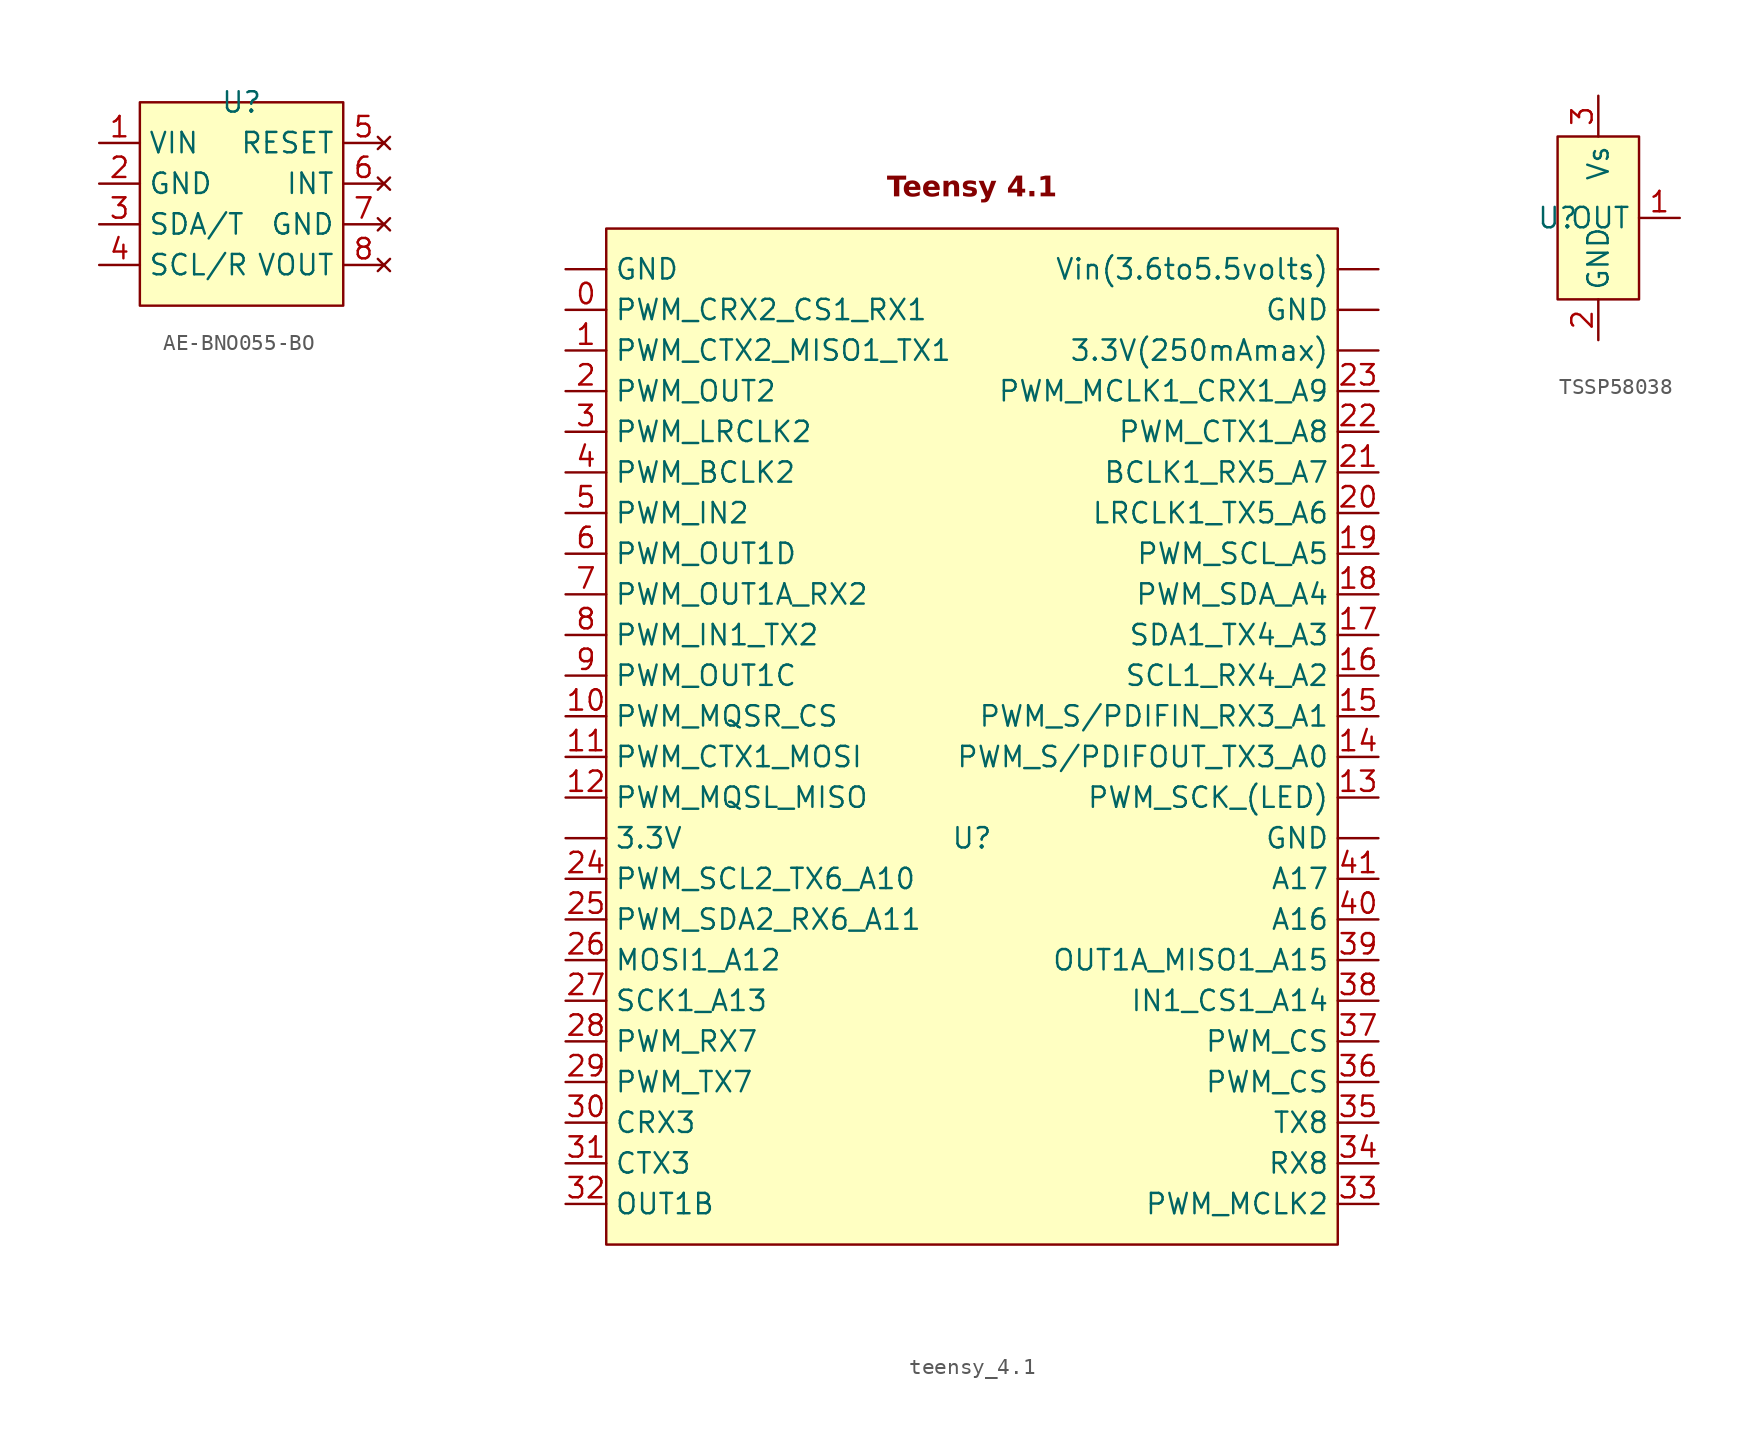
<source format=kicad_sym>
(kicad_symbol_lib
  (version 20220914)
  (generator kicad_symbol_editor)
  (symbol "AE-BNO055-BO"
    (property "Reference" "U"
      (at 0 6.35 0)
      (effects (font (size 1.27 1.27))))
    (property "Value" ""
      (at 1.27 -1.27 0)
      (effects (font (size 1.27 1.27))))
    (symbol "AE-BNO055-BO_1_1"
      (rectangle (start -6.35 6.35) (end 6.35 -6.35) (stroke (width 0) (type default)) (fill (type background)))
      (pin passive line (at -8.89 3.81 0) (length 2.54) (name "VIN" (effects (font (size 1.27 1.27)))) (number "1" (effects (font (size 1.27 1.27)))))
      (pin passive line (at -8.89 1.27 0) (length 2.54) (name "GND" (effects (font (size 1.27 1.27)))) (number "2" (effects (font (size 1.27 1.27)))))
      (pin passive line (at -8.89 -1.27 0) (length 2.54) (name "SDA/T" (effects (font (size 1.27 1.27)))) (number "3" (effects (font (size 1.27 1.27)))))
      (pin passive line (at -8.89 -3.81 0) (length 2.54) (name "SCL/R" (effects (font (size 1.27 1.27)))) (number "4" (effects (font (size 1.27 1.27)))))
      (pin no_connect line (at 8.89 3.81 180) (length 2.54) (name "RESET" (effects (font (size 1.27 1.27)))) (number "5" (effects (font (size 1.27 1.27)))))
      (pin no_connect line (at 8.89 1.27 180) (length 2.54) (name "INT" (effects (font (size 1.27 1.27)))) (number "6" (effects (font (size 1.27 1.27)))))
      (pin no_connect line (at 8.89 -1.27 180) (length 2.54) (name "GND" (effects (font (size 1.27 1.27)))) (number "7" (effects (font (size 1.27 1.27)))))
      (pin no_connect line (at 8.89 -3.81 180) (length 2.54) (name "VOUT" (effects (font (size 1.27 1.27)))) (number "8" (effects (font (size 1.27 1.27)))))))
  (symbol "teensy_4.1"
    (property "Reference" "U"
      (at 0 -5.08 0)
      (effects (font (size 1.27 1.27))))
    (property "Value" ""
      (at -15.24 22.86 0)
      (effects (font (size 1.27 1.27))))
    (symbol "teensy_4.1_1_1"
      (rectangle (start -22.86 33.02) (end 22.86 -30.48) (stroke (width 0) (type solid)) (fill (type background)))
      (text "Teensy 4.1" (at 0 35.56 0) (effects (font (face "Comic Sans MS") (size 1.27 1.27) bold)))
      (pin passive line (at -25.4 -5.08 0) (length 2.54) (name "3.3V" (effects (font (size 1.27 1.27)))) (number "" (effects (font (size 1.27 1.27)))))
      (pin passive line (at 25.4 25.4 180) (length 2.54) (name "3.3V(250mAmax)" (effects (font (size 1.27 1.27)))) (number "" (effects (font (size 1.27 1.27)))))
      (pin passive line (at -25.4 30.48 0) (length 2.54) (name "GND" (effects (font (size 1.27 1.27)))) (number "" (effects (font (size 1.27 1.27)))))
      (pin passive line (at 25.4 -5.08 180) (length 2.54) (name "GND" (effects (font (size 1.27 1.27)))) (number "" (effects (font (size 1.27 1.27)))))
      (pin passive line (at 25.4 27.94 180) (length 2.54) (name "GND" (effects (font (size 1.27 1.27)))) (number "" (effects (font (size 1.27 1.27)))))
      (pin passive line (at 25.4 30.48 180) (length 2.54) (name "Vin(3.6to5.5volts)" (effects (font (size 1.27 1.27)))) (number "" (effects (font (size 1.27 1.27)))))
      (pin passive line (at -25.4 27.94 0) (length 2.54) (name "PWM_CRX2_CS1_RX1" (effects (font (size 1.27 1.27)))) (number "0" (effects (font (size 1.27 1.27)))))
      (pin passive line (at -25.4 25.4 0) (length 2.54) (name "PWM_CTX2_MISO1_TX1" (effects (font (size 1.27 1.27)))) (number "1" (effects (font (size 1.27 1.27)))))
      (pin passive line (at -25.4 2.54 0) (length 2.54) (name "PWM_MQSR_CS" (effects (font (size 1.27 1.27)))) (number "10" (effects (font (size 1.27 1.27)))))
      (pin passive line (at -25.4 0 0) (length 2.54) (name "PWM_CTX1_MOSI" (effects (font (size 1.27 1.27)))) (number "11" (effects (font (size 1.27 1.27)))))
      (pin passive line (at -25.4 -2.54 0) (length 2.54) (name "PWM_MQSL_MISO" (effects (font (size 1.27 1.27)))) (number "12" (effects (font (size 1.27 1.27)))))
      (pin passive line (at 25.4 -2.54 180) (length 2.54) (name "PWM_SCK_(LED)" (effects (font (size 1.27 1.27)))) (number "13" (effects (font (size 1.27 1.27)))))
      (pin passive line (at 25.4 0 180) (length 2.54) (name "PWM_S/PDIFOUT_TX3_A0" (effects (font (size 1.27 1.27)))) (number "14" (effects (font (size 1.27 1.27)))))
      (pin passive line (at 25.4 2.54 180) (length 2.54) (name "PWM_S/PDIFIN_RX3_A1" (effects (font (size 1.27 1.27)))) (number "15" (effects (font (size 1.27 1.27)))))
      (pin passive line (at 25.4 5.08 180) (length 2.54) (name "SCL1_RX4_A2" (effects (font (size 1.27 1.27)))) (number "16" (effects (font (size 1.27 1.27)))))
      (pin passive line (at 25.4 7.62 180) (length 2.54) (name "SDA1_TX4_A3" (effects (font (size 1.27 1.27)))) (number "17" (effects (font (size 1.27 1.27)))))
      (pin passive line (at 25.4 10.16 180) (length 2.54) (name "PWM_SDA_A4" (effects (font (size 1.27 1.27)))) (number "18" (effects (font (size 1.27 1.27)))))
      (pin passive line (at 25.4 12.7 180) (length 2.54) (name "PWM_SCL_A5" (effects (font (size 1.27 1.27)))) (number "19" (effects (font (size 1.27 1.27)))))
      (pin passive line (at -25.4 22.86 0) (length 2.54) (name "PWM_OUT2" (effects (font (size 1.27 1.27)))) (number "2" (effects (font (size 1.27 1.27)))))
      (pin passive line (at 25.4 15.24 180) (length 2.54) (name "LRCLK1_TX5_A6" (effects (font (size 1.27 1.27)))) (number "20" (effects (font (size 1.27 1.27)))))
      (pin passive line (at 25.4 17.78 180) (length 2.54) (name "BCLK1_RX5_A7" (effects (font (size 1.27 1.27)))) (number "21" (effects (font (size 1.27 1.27)))))
      (pin passive line (at 25.4 20.32 180) (length 2.54) (name "PWM_CTX1_A8" (effects (font (size 1.27 1.27)))) (number "22" (effects (font (size 1.27 1.27)))))
      (pin passive line (at 25.4 22.86 180) (length 2.54) (name "PWM_MCLK1_CRX1_A9" (effects (font (size 1.27 1.27)))) (number "23" (effects (font (size 1.27 1.27)))))
      (pin passive line (at -25.4 -7.62 0) (length 2.54) (name "PWM_SCL2_TX6_A10" (effects (font (size 1.27 1.27)))) (number "24" (effects (font (size 1.27 1.27)))))
      (pin passive line (at -25.4 -10.16 0) (length 2.54) (name "PWM_SDA2_RX6_A11" (effects (font (size 1.27 1.27)))) (number "25" (effects (font (size 1.27 1.27)))))
      (pin passive line (at -25.4 -12.7 0) (length 2.54) (name "MOSI1_A12" (effects (font (size 1.27 1.27)))) (number "26" (effects (font (size 1.27 1.27)))))
      (pin passive line (at -25.4 -15.24 0) (length 2.54) (name "SCK1_A13" (effects (font (size 1.27 1.27)))) (number "27" (effects (font (size 1.27 1.27)))))
      (pin passive line (at -25.4 -17.78 0) (length 2.54) (name "PWM_RX7" (effects (font (size 1.27 1.27)))) (number "28" (effects (font (size 1.27 1.27)))))
      (pin passive line (at -25.4 -20.32 0) (length 2.54) (name "PWM_TX7" (effects (font (size 1.27 1.27)))) (number "29" (effects (font (size 1.27 1.27)))))
      (pin passive line (at -25.4 20.32 0) (length 2.54) (name "PWM_LRCLK2" (effects (font (size 1.27 1.27)))) (number "3" (effects (font (size 1.27 1.27)))))
      (pin passive line (at -25.4 -22.86 0) (length 2.54) (name "CRX3" (effects (font (size 1.27 1.27)))) (number "30" (effects (font (size 1.27 1.27)))))
      (pin passive line (at -25.4 -25.4 0) (length 2.54) (name "CTX3" (effects (font (size 1.27 1.27)))) (number "31" (effects (font (size 1.27 1.27)))))
      (pin passive line (at -25.4 -27.94 0) (length 2.54) (name "OUT1B" (effects (font (size 1.27 1.27)))) (number "32" (effects (font (size 1.27 1.27)))))
      (pin passive line (at 25.4 -27.94 180) (length 2.54) (name "PWM_MCLK2" (effects (font (size 1.27 1.27)))) (number "33" (effects (font (size 1.27 1.27)))))
      (pin passive line (at 25.4 -25.4 180) (length 2.54) (name "RX8" (effects (font (size 1.27 1.27)))) (number "34" (effects (font (size 1.27 1.27)))))
      (pin passive line (at 25.4 -22.86 180) (length 2.54) (name "TX8" (effects (font (size 1.27 1.27)))) (number "35" (effects (font (size 1.27 1.27)))))
      (pin passive line (at 25.4 -20.32 180) (length 2.54) (name "PWM_CS" (effects (font (size 1.27 1.27)))) (number "36" (effects (font (size 1.27 1.27)))))
      (pin passive line (at 25.4 -17.78 180) (length 2.54) (name "PWM_CS" (effects (font (size 1.27 1.27)))) (number "37" (effects (font (size 1.27 1.27)))))
      (pin passive line (at 25.4 -15.24 180) (length 2.54) (name "IN1_CS1_A14" (effects (font (size 1.27 1.27)))) (number "38" (effects (font (size 1.27 1.27)))))
      (pin passive line (at 25.4 -12.7 180) (length 2.54) (name "OUT1A_MISO1_A15" (effects (font (size 1.27 1.27)))) (number "39" (effects (font (size 1.27 1.27)))))
      (pin passive line (at -25.4 17.78 0) (length 2.54) (name "PWM_BCLK2" (effects (font (size 1.27 1.27)))) (number "4" (effects (font (size 1.27 1.27)))))
      (pin passive line (at 25.4 -10.16 180) (length 2.54) (name "A16" (effects (font (size 1.27 1.27)))) (number "40" (effects (font (size 1.27 1.27)))))
      (pin passive line (at 25.4 -7.62 180) (length 2.54) (name "A17" (effects (font (size 1.27 1.27)))) (number "41" (effects (font (size 1.27 1.27)))))
      (pin passive line (at -25.4 15.24 0) (length 2.54) (name "PWM_IN2" (effects (font (size 1.27 1.27)))) (number "5" (effects (font (size 1.27 1.27)))))
      (pin passive line (at -25.4 12.7 0) (length 2.54) (name "PWM_OUT1D" (effects (font (size 1.27 1.27)))) (number "6" (effects (font (size 1.27 1.27)))))
      (pin passive line (at -25.4 10.16 0) (length 2.54) (name "PWM_OUT1A_RX2" (effects (font (size 1.27 1.27)))) (number "7" (effects (font (size 1.27 1.27)))))
      (pin passive line (at -25.4 7.62 0) (length 2.54) (name "PWM_IN1_TX2" (effects (font (size 1.27 1.27)))) (number "8" (effects (font (size 1.27 1.27)))))
      (pin passive line (at -25.4 5.08 0) (length 2.54) (name "PWM_OUT1C" (effects (font (size 1.27 1.27)))) (number "9" (effects (font (size 1.27 1.27)))))))
  (symbol "TSSP58038"
    (property "Reference" "U"
      (at -2.54 0 0)
      (effects (font (size 1.27 1.27))))
    (property "Value" ""
      (at -2.54 5.08 0)
      (effects (font (size 1.27 1.27))))
    (symbol "TSSP58038_1_1"
      (rectangle (start -2.54 5.08) (end 2.54 -5.08) (stroke (width 0) (type default)) (fill (type background)))
      (pin passive line (at 5.08 0 180) (length 2.54) (name "OUT" (effects (font (size 1.27 1.27)))) (number "1" (effects (font (size 1.27 1.27)))))
      (pin passive line (at 0 -7.62 90) (length 2.54) (name "GND" (effects (font (size 1.27 1.27)))) (number "2" (effects (font (size 1.27 1.27)))))
      (pin passive line (at 0 7.62 270) (length 2.54) (name "Vs" (effects (font (size 1.27 1.27)))) (number "3" (effects (font (size 1.27 1.27))))))))
</source>
